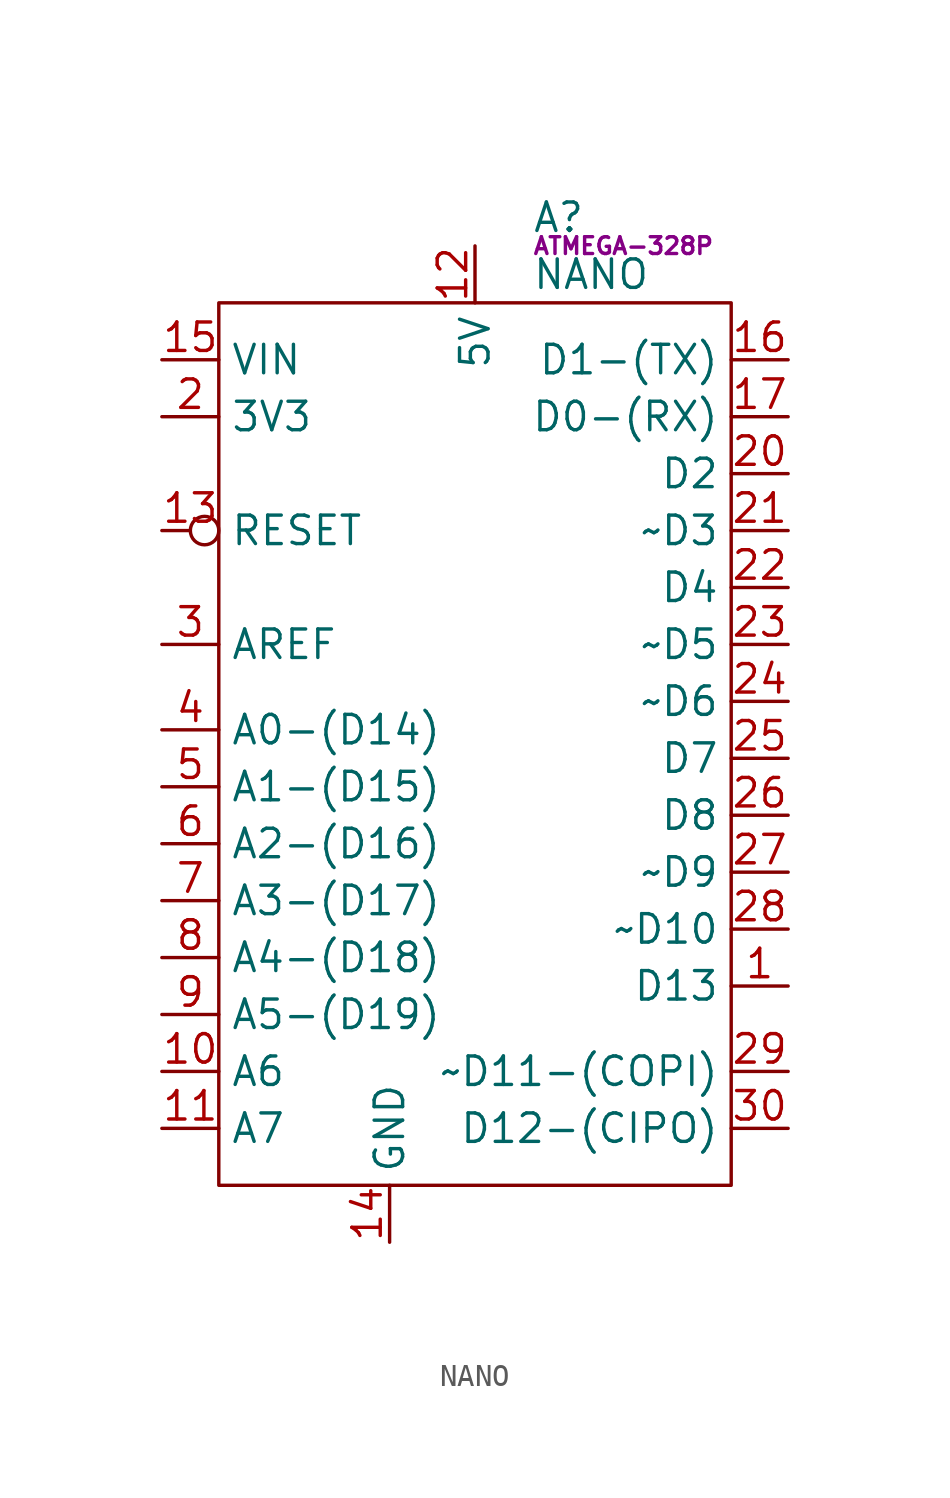
<source format=kicad_sym>
(kicad_symbol_lib
  (version 20211014)
  (generator kicad_symbol_editor)
  (symbol "NANO"
    (property "Reference" "A"
      (at 13.97 3.81 0)
      (effects (font (size 1.27 1.27)) (justify left)))
    (property "Value" "NANO"
      (at 13.97 1.27 0)
      (effects (font (size 1.27 1.27)) (justify left)))
    (property "IC" "ATMEGA-328P"
      (at 13.97 2.54 0)
      (effects (font (size 0.75 0.75)) (justify left)))
    (symbol "NANO_0_0"
      (pin bidirectional line (at -2.54 -34.29 0) (length 2.54) (name "A6" (effects (font (size 1.27 1.27)))) (number "10" (effects (font (size 1.27 1.27)))))
      (pin bidirectional line (at -2.54 -36.83 0) (length 2.54) (name "A7" (effects (font (size 1.27 1.27)))) (number "11" (effects (font (size 1.27 1.27)))))
      (pin power_in line (at 11.43 2.54 270) (length 2.54) (name "5V" (effects (font (size 1.27 1.27)))) (number "12" (effects (font (size 1.27 1.27)))))
      (pin input inverted (at -2.54 -10.16 0) (length 2.54) (name "RESET" (effects (font (size 1.27 1.27)))) (number "13" (effects (font (size 1.27 1.27)))))
      (pin passive line (at 7.62 -41.91 90) (length 2.54) (name "GND" (effects (font (size 1.27 1.27)))) (number "14" (effects (font (size 1.27 1.27)))))
      (pin power_in line (at -2.54 -2.54 0) (length 2.54) (name "VIN" (effects (font (size 1.27 1.27)))) (number "15" (effects (font (size 1.27 1.27)))))
      (pin bidirectional line (at 25.4 -2.54 180) (length 2.54) (name "D1-(TX)" (effects (font (size 1.27 1.27)))) (number "16" (effects (font (size 1.27 1.27)))))
      (pin bidirectional line (at 25.4 -5.08 180) (length 2.54) (name "D0-(RX)" (effects (font (size 1.27 1.27)))) (number "17" (effects (font (size 1.27 1.27)))))
      (pin input inverted (at -2.54 -10.16 0) (length 2.54) hide (name "RESET" (effects (font (size 1.27 1.27)))) (number "18" (effects (font (size 1.27 1.27)))))
      (pin passive line (at 7.62 -41.91 90) (length 2.54) hide (name "GND" (effects (font (size 1.27 1.27)))) (number "19" (effects (font (size 1.27 1.27)))))
      (pin bidirectional line (at 25.4 -7.62 180) (length 2.54) (name "D2" (effects (font (size 1.27 1.27)))) (number "20" (effects (font (size 1.27 1.27)))))
      (pin bidirectional line (at 25.4 -10.16 180) (length 2.54) (name "~D3" (effects (font (size 1.27 1.27)))) (number "21" (effects (font (size 1.27 1.27)))))
      (pin bidirectional line (at 25.4 -12.7 180) (length 2.54) (name "D4" (effects (font (size 1.27 1.27)))) (number "22" (effects (font (size 1.27 1.27)))))
      (pin bidirectional line (at 25.4 -15.24 180) (length 2.54) (name "~D5" (effects (font (size 1.27 1.27)))) (number "23" (effects (font (size 1.27 1.27)))))
      (pin bidirectional line (at 25.4 -17.78 180) (length 2.54) (name "~D6" (effects (font (size 1.27 1.27)))) (number "24" (effects (font (size 1.27 1.27)))))
      (pin bidirectional line (at 25.4 -20.32 180) (length 2.54) (name "D7" (effects (font (size 1.27 1.27)))) (number "25" (effects (font (size 1.27 1.27)))))
      (pin bidirectional line (at 25.4 -22.86 180) (length 2.54) (name "D8" (effects (font (size 1.27 1.27)))) (number "26" (effects (font (size 1.27 1.27)))))
      (pin bidirectional line (at 25.4 -25.4 180) (length 2.54) (name "~D9" (effects (font (size 1.27 1.27)))) (number "27" (effects (font (size 1.27 1.27)))))
      (pin bidirectional line (at 25.4 -27.94 180) (length 2.54) (name "~D10" (effects (font (size 1.27 1.27)))) (number "28" (effects (font (size 1.27 1.27)))))
      (pin bidirectional line (at 25.4 -34.29 180) (length 2.54) (name "~D11-(COPI)" (effects (font (size 1.27 1.27)))) (number "29" (effects (font (size 1.27 1.27)))))
      (pin bidirectional line (at 25.4 -36.83 180) (length 2.54) (name "D12-(CIPO)" (effects (font (size 1.27 1.27)))) (number "30" (effects (font (size 1.27 1.27)))))
      (pin bidirectional line (at -2.54 -24.13 0) (length 2.54) (name "A2-(D16)" (effects (font (size 1.27 1.27)))) (number "6" (effects (font (size 1.27 1.27)))))
      (pin bidirectional line (at -2.54 -26.67 0) (length 2.54) (name "A3-(D17)" (effects (font (size 1.27 1.27)))) (number "7" (effects (font (size 1.27 1.27)))))
      (pin bidirectional line (at -2.54 -29.21 0) (length 2.54) (name "A4-(D18)" (effects (font (size 1.27 1.27)))) (number "8" (effects (font (size 1.27 1.27)))))
      (pin bidirectional line (at -2.54 -31.75 0) (length 2.54) (name "A5-(D19)" (effects (font (size 1.27 1.27)))) (number "9" (effects (font (size 1.27 1.27))))))
    (symbol "NANO_0_1"
      (rectangle (start 0 0) (end 22.86 -39.37) (stroke (width 0) (type default) (color 0 0 0 0)) (fill (type none))))
    (symbol "NANO_1_1"
      (pin bidirectional line (at 25.4 -30.48 180) (length 2.54) (name "D13" (effects (font (size 1.27 1.27)))) (number "1" (effects (font (size 1.27 1.27)))))
      (pin power_in line (at -2.54 -5.08 0) (length 2.54) (name "3V3" (effects (font (size 1.27 1.27)))) (number "2" (effects (font (size 1.27 1.27)))))
      (pin input line (at -2.54 -15.24 0) (length 2.54) (name "AREF" (effects (font (size 1.27 1.27)))) (number "3" (effects (font (size 1.27 1.27)))))
      (pin bidirectional line (at -2.54 -19.05 0) (length 2.54) (name "A0-(D14)" (effects (font (size 1.27 1.27)))) (number "4" (effects (font (size 1.27 1.27)))))
      (pin bidirectional line (at -2.54 -21.59 0) (length 2.54) (name "A1-(D15)" (effects (font (size 1.27 1.27)))) (number "5" (effects (font (size 1.27 1.27))))))))
</source>
